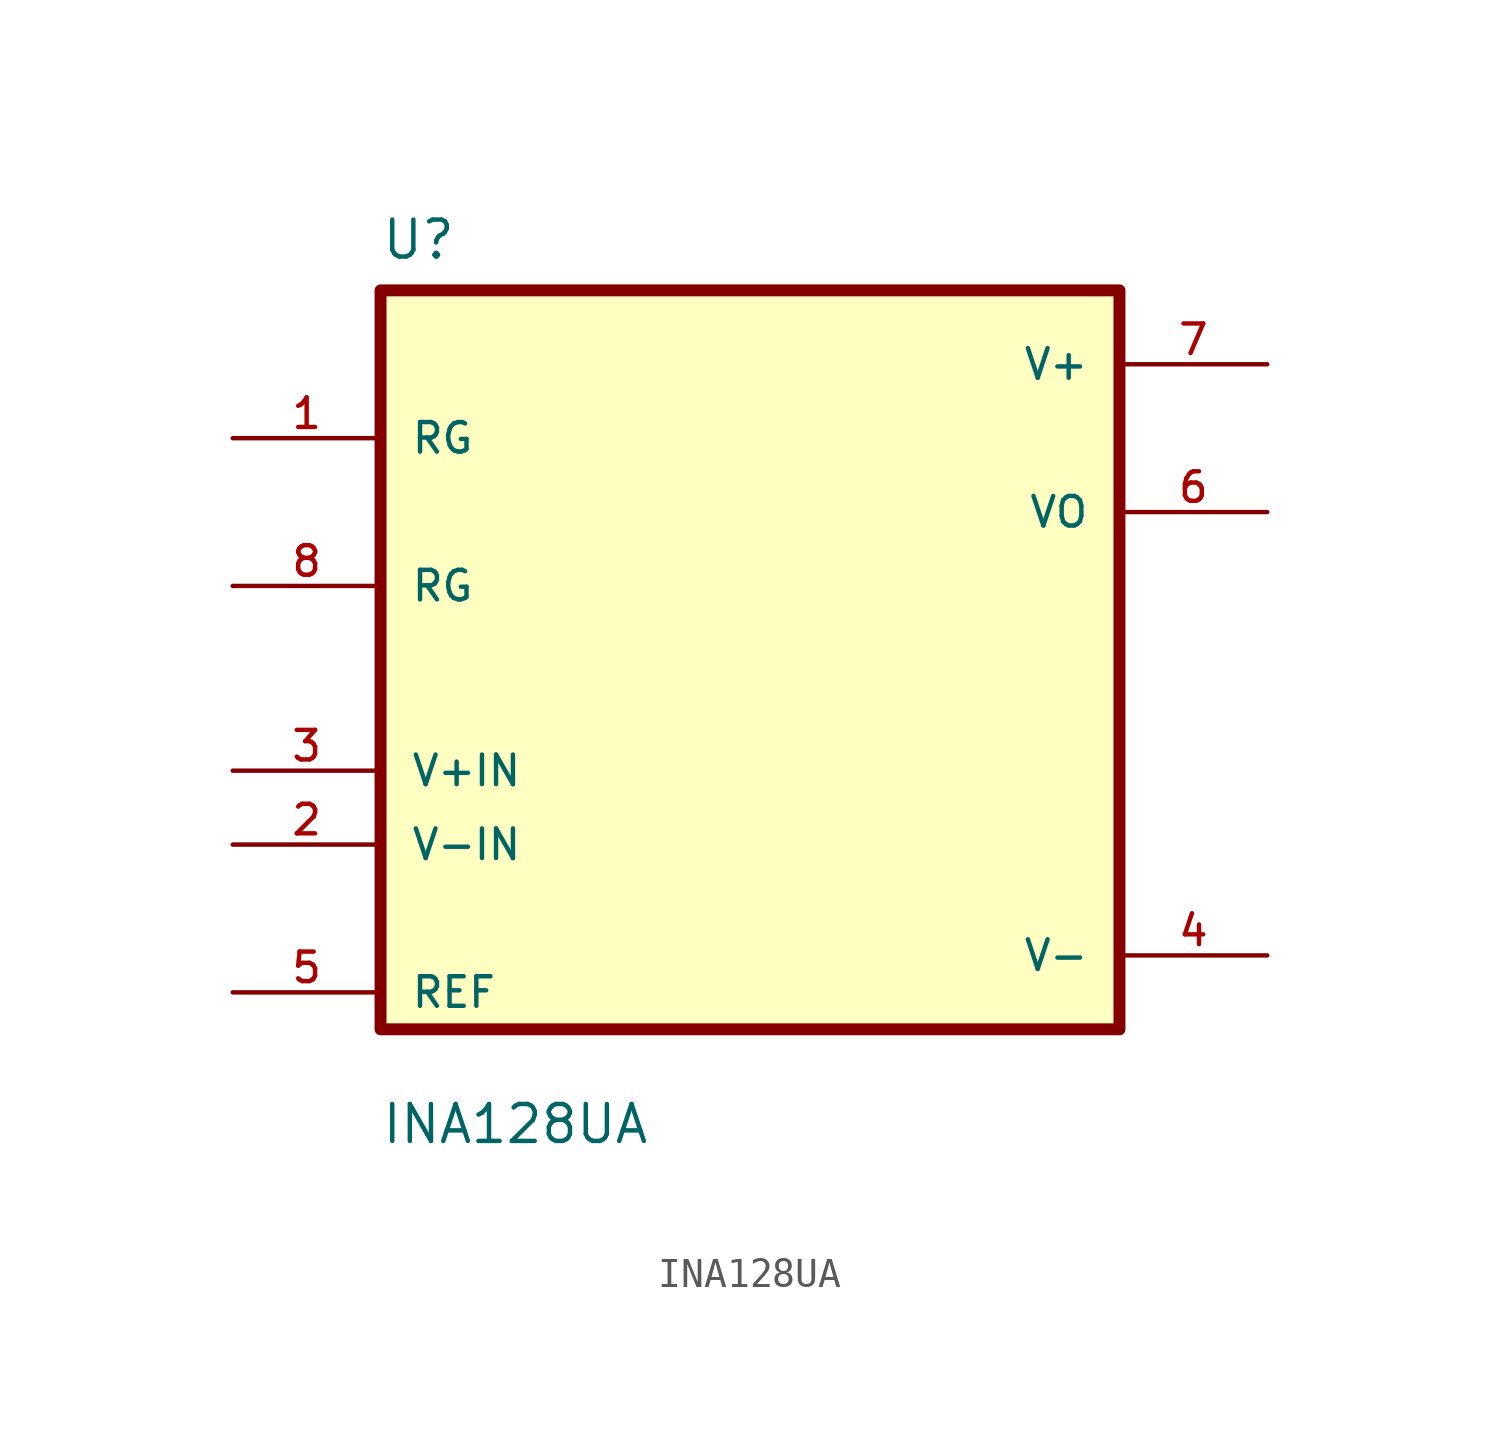
<source format=kicad_sym>
(kicad_symbol_lib
  (version 20220914)
  (generator kicad_symbol_editor)
  (symbol "INA128UA"
    (pin_names
      (offset 1.016))
    (property "Reference" "U"
      (at -12.7 13.7 0)
      (effects (font (size 1.27 1.27)) (justify left bottom)))
    (property "Value" "INA128UA"
      (at -12.7 -16.7 0)
      (effects (font (size 1.27 1.27)) (justify left bottom)))
    (symbol "INA128UA_0_0"
      (rectangle (start -12.7 -12.7) (end 12.7 12.7) (stroke (width 0.41) (type default)) (fill (type background))))
    (symbol "INA128UA_1_0"
      (pin power_in line (at 17.78 -10.16 180) (length 5.08) (name "V-" (effects (font (size 1.016 1.016)))) (number "4" (effects (font (size 1.016 1.016))))))
    (symbol "INA128UA_1_1"
      (pin passive line (at -17.78 7.62 0) (length 5.08) (name "RG" (effects (font (size 1.016 1.016)))) (number "1" (effects (font (size 1.016 1.016)))))
      (pin input line (at -17.78 -6.35 0) (length 5.08) (name "V-IN" (effects (font (size 1.016 1.016)))) (number "2" (effects (font (size 1.016 1.016)))))
      (pin input line (at -17.78 -3.81 0) (length 5.08) (name "V+IN" (effects (font (size 1.016 1.016)))) (number "3" (effects (font (size 1.016 1.016)))))
      (pin input line (at -17.78 -11.43 0) (length 5.08) (name "REF" (effects (font (size 1.016 1.016)))) (number "5" (effects (font (size 1.016 1.016)))))
      (pin output line (at 17.78 5.08 180) (length 5.08) (name "VO" (effects (font (size 1.016 1.016)))) (number "6" (effects (font (size 1.016 1.016)))))
      (pin power_in line (at 17.78 10.16 180) (length 5.08) (name "V+" (effects (font (size 1.016 1.016)))) (number "7" (effects (font (size 1.016 1.016)))))
      (pin passive line (at -17.78 2.54 0) (length 5.08) (name "RG" (effects (font (size 1.016 1.016)))) (number "8" (effects (font (size 1.016 1.016))))))))
</source>
